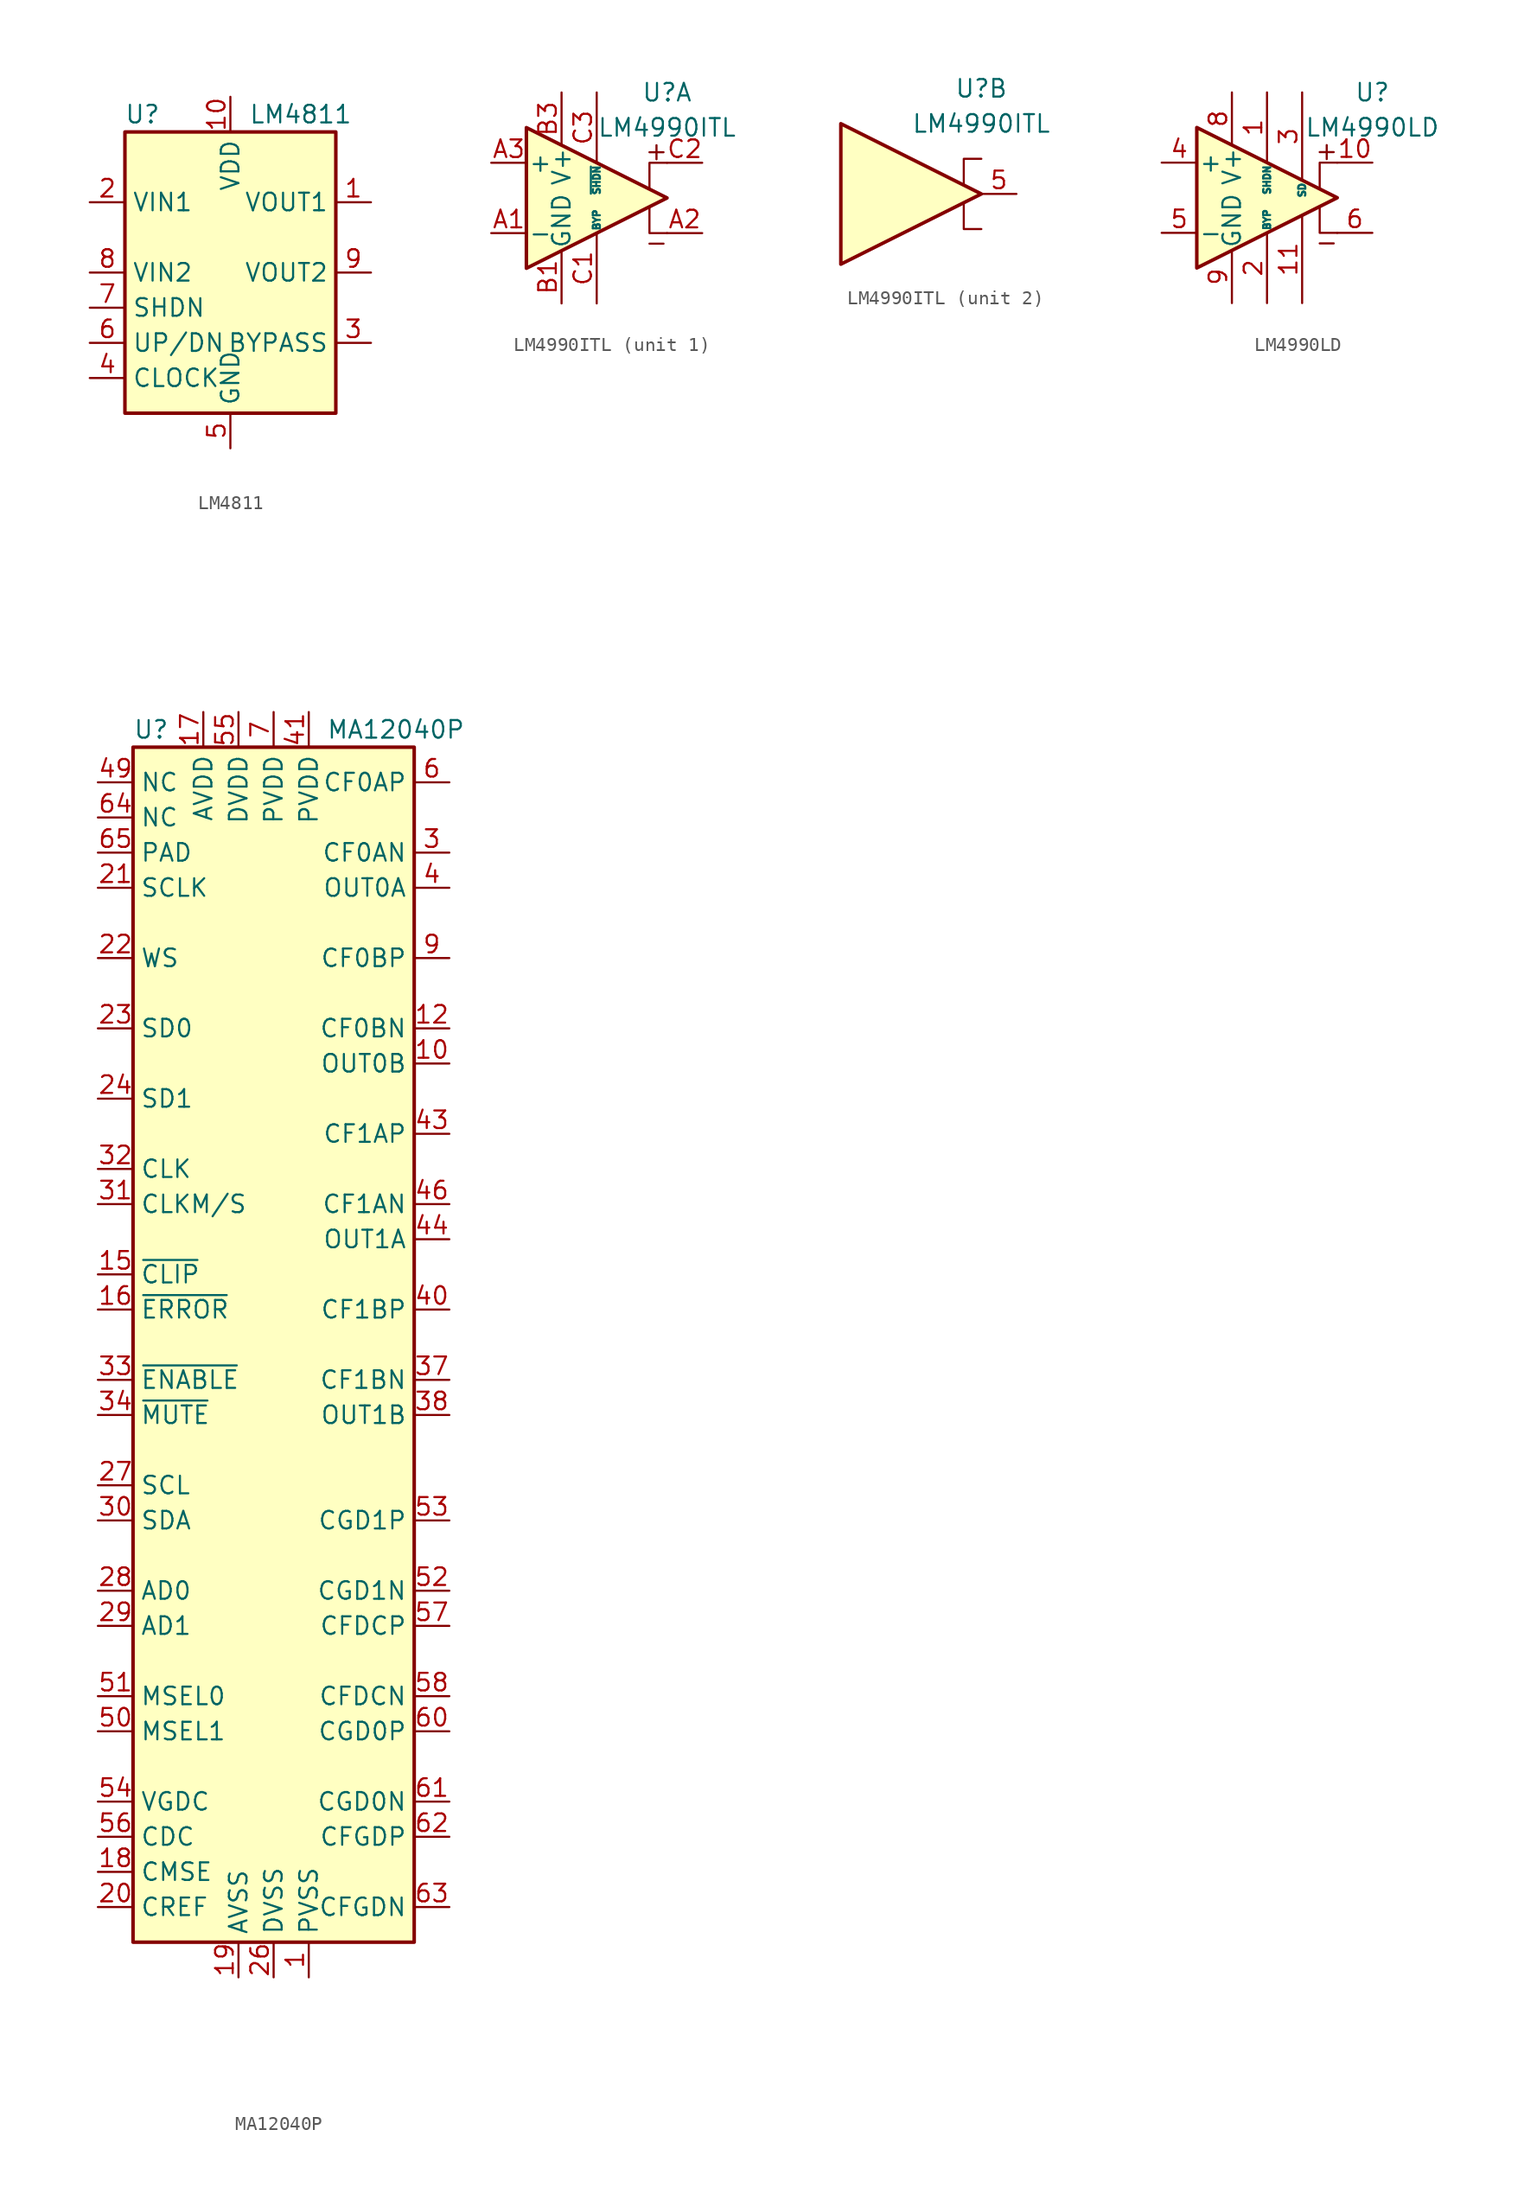
<source format=kicad_sym>
(kicad_symbol_lib
  (version 20211014)
  (generator kicad_symbol_editor)
  (symbol "LM4811"
    (property "Reference" "U"
      (at -6.35 11.43 0)
      (effects (font (size 1.27 1.27))))
    (property "Value" "LM4811"
      (at 5.08 11.43 0)
      (effects (font (size 1.27 1.27))))
    (symbol "LM4811_0_1"
      (rectangle (start -7.62 10.16) (end 7.62 -10.16) (stroke (width 0.254) (type default) (color 0 0 0 0)) (fill (type background))))
    (symbol "LM4811_1_1"
      (pin output line (at 10.16 5.08 180) (length 2.54) (name "VOUT1" (effects (font (size 1.27 1.27)))) (number "1" (effects (font (size 1.27 1.27)))))
      (pin power_in line (at 0 12.7 270) (length 2.54) (name "VDD" (effects (font (size 1.27 1.27)))) (number "10" (effects (font (size 1.27 1.27)))))
      (pin input line (at -10.16 5.08 0) (length 2.54) (name "VIN1" (effects (font (size 1.27 1.27)))) (number "2" (effects (font (size 1.27 1.27)))))
      (pin passive line (at 10.16 -5.08 180) (length 2.54) (name "BYPASS" (effects (font (size 1.27 1.27)))) (number "3" (effects (font (size 1.27 1.27)))))
      (pin input line (at -10.16 -7.62 0) (length 2.54) (name "CLOCK" (effects (font (size 1.27 1.27)))) (number "4" (effects (font (size 1.27 1.27)))))
      (pin power_in line (at 0 -12.7 90) (length 2.54) (name "GND" (effects (font (size 1.27 1.27)))) (number "5" (effects (font (size 1.27 1.27)))))
      (pin input line (at -10.16 -5.08 0) (length 2.54) (name "UP/DN" (effects (font (size 1.27 1.27)))) (number "6" (effects (font (size 1.27 1.27)))))
      (pin input line (at -10.16 -2.54 0) (length 2.54) (name "SHDN" (effects (font (size 1.27 1.27)))) (number "7" (effects (font (size 1.27 1.27)))))
      (pin input line (at -10.16 0 0) (length 2.54) (name "VIN2" (effects (font (size 1.27 1.27)))) (number "8" (effects (font (size 1.27 1.27)))))
      (pin output line (at 10.16 0 180) (length 2.54) (name "VOUT2" (effects (font (size 1.27 1.27)))) (number "9" (effects (font (size 1.27 1.27)))))))
  (symbol "LM4990ITL"
    (pin_names
      (offset 0.127))
    (property "Reference" "U"
      (at 5.08 7.62 0)
      (effects (font (size 1.27 1.27))))
    (property "Value" "LM4990ITL"
      (at 5.08 5.08 0)
      (effects (font (size 1.27 1.27))))
    (symbol "LM4990ITL_0_1"
      (polyline (pts (xy 3.81 -0.635) (xy 3.81 -2.54) (xy 5.08 -2.54)) (stroke (width 0) (type default) (color 0 0 0 0)) (fill (type none)))
      (polyline (pts (xy 5.08 2.54) (xy 3.81 2.54) (xy 3.81 0.635)) (stroke (width 0) (type default) (color 0 0 0 0)) (fill (type none)))
      (polyline (pts (xy -5.08 5.08) (xy 5.08 0) (xy -5.08 -5.08) (xy -5.08 5.08)) (stroke (width 0.254) (type default) (color 0 0 0 0)) (fill (type background))))
    (symbol "LM4990ITL_1_1"
      (polyline (pts (xy 3.81 -3.302) (xy 4.826 -3.302)) (stroke (width 0) (type default) (color 0 0 0 0)) (fill (type none)))
      (polyline (pts (xy 4.318 3.81) (xy 4.318 2.794)) (stroke (width 0) (type default) (color 0 0 0 0)) (fill (type none)))
      (polyline (pts (xy 4.826 3.302) (xy 3.81 3.302)) (stroke (width 0) (type default) (color 0 0 0 0)) (fill (type none)))
      (pin input line (at -7.62 -2.54 0) (length 2.54) (name "-" (effects (font (size 1.27 1.27)))) (number "A1" (effects (font (size 1.27 1.27)))))
      (pin output line (at 7.62 -2.54 180) (length 2.54) (name "~" (effects (font (size 1.27 1.27)))) (number "A2" (effects (font (size 1.27 1.27)))))
      (pin input line (at -7.62 2.54 0) (length 2.54) (name "+" (effects (font (size 1.27 1.27)))) (number "A3" (effects (font (size 1.27 1.27)))))
      (pin power_in line (at -2.54 -7.62 90) (length 3.81) (name "GND" (effects (font (size 1.27 1.27)))) (number "B1" (effects (font (size 1.27 1.27)))))
      (pin passive line (at -2.54 -7.62 90) (length 3.81) hide (name "GND" (effects (font (size 1.27 1.27)))) (number "B2" (effects (font (size 1.27 1.27)))))
      (pin power_in line (at -2.54 7.62 270) (length 3.81) (name "V+" (effects (font (size 1.27 1.27)))) (number "B3" (effects (font (size 1.27 1.27)))))
      (pin input line (at 0 -7.62 90) (length 5.08) (name "BYP" (effects (font (size 0.508 0.508)))) (number "C1" (effects (font (size 1.27 1.27)))))
      (pin output line (at 7.62 2.54 180) (length 2.54) (name "~" (effects (font (size 1.27 1.27)))) (number "C2" (effects (font (size 1.27 1.27)))))
      (pin output line (at 0 7.62 270) (length 5.08) (name "~{SHDN}" (effects (font (size 0.508 0.508)))) (number "C3" (effects (font (size 1.27 1.27))))))
    (symbol "LM4990ITL_2_1"
      (pin output line (at 7.62 0 180) (length 2.54) (name "~" (effects (font (size 1.27 1.27)))) (number "5" (effects (font (size 1.27 1.27)))))))
  (symbol "LM4990LD"
    (pin_names
      (offset 0.127))
    (property "Reference" "U"
      (at 7.62 7.62 0)
      (effects (font (size 1.27 1.27))))
    (property "Value" "LM4990LD"
      (at 7.62 5.08 0)
      (effects (font (size 1.27 1.27))))
    (symbol "LM4990LD_0_1"
      (polyline (pts (xy 3.81 -0.635) (xy 3.81 -2.54) (xy 5.08 -2.54)) (stroke (width 0) (type default) (color 0 0 0 0)) (fill (type none)))
      (polyline (pts (xy 5.08 2.54) (xy 3.81 2.54) (xy 3.81 0.635)) (stroke (width 0) (type default) (color 0 0 0 0)) (fill (type none)))
      (polyline (pts (xy -5.08 5.08) (xy 5.08 0) (xy -5.08 -5.08) (xy -5.08 5.08)) (stroke (width 0.254) (type default) (color 0 0 0 0)) (fill (type background))))
    (symbol "LM4990LD_1_1"
      (polyline (pts (xy 3.81 -3.302) (xy 4.826 -3.302)) (stroke (width 0) (type default) (color 0 0 0 0)) (fill (type none)))
      (polyline (pts (xy 4.318 3.81) (xy 4.318 2.794)) (stroke (width 0) (type default) (color 0 0 0 0)) (fill (type none)))
      (polyline (pts (xy 4.826 3.302) (xy 3.81 3.302)) (stroke (width 0) (type default) (color 0 0 0 0)) (fill (type none)))
      (pin output line (at 0 7.62 270) (length 5.08) (name "SHDN" (effects (font (size 0.508 0.508)))) (number "1" (effects (font (size 1.27 1.27)))))
      (pin output line (at 7.62 2.54 180) (length 2.54) (name "~" (effects (font (size 1.27 1.27)))) (number "10" (effects (font (size 1.27 1.27)))))
      (pin power_in line (at 2.54 -7.62 90) (length 6.35) (name "~" (effects (font (size 1.27 1.27)))) (number "11" (effects (font (size 1.27 1.27)))))
      (pin input line (at 0 -7.62 90) (length 5.08) (name "BYP" (effects (font (size 0.508 0.508)))) (number "2" (effects (font (size 1.27 1.27)))))
      (pin input line (at 2.54 7.62 270) (length 6.35) (name "SD" (effects (font (size 0.508 0.508)))) (number "3" (effects (font (size 1.27 1.27)))))
      (pin input line (at -7.62 2.54 0) (length 2.54) (name "+" (effects (font (size 1.27 1.27)))) (number "4" (effects (font (size 1.27 1.27)))))
      (pin input line (at -7.62 -2.54 0) (length 2.54) (name "-" (effects (font (size 1.27 1.27)))) (number "5" (effects (font (size 1.27 1.27)))))
      (pin output line (at 7.62 -2.54 180) (length 2.54) (name "~" (effects (font (size 1.27 1.27)))) (number "6" (effects (font (size 1.27 1.27)))))
      (pin no_connect line (at 0 2.54 270) (length 2.54) hide (name "NC" (effects (font (size 1.27 1.27)))) (number "7" (effects (font (size 1.27 1.27)))))
      (pin power_in line (at -2.54 7.62 270) (length 3.81) (name "V+" (effects (font (size 1.27 1.27)))) (number "8" (effects (font (size 1.27 1.27)))))
      (pin power_in line (at -2.54 -7.62 90) (length 3.81) (name "GND" (effects (font (size 1.27 1.27)))) (number "9" (effects (font (size 1.27 1.27)))))))
  (symbol "MA12040P"
    (property "Reference" "U"
      (at -10.16 44.45 0)
      (effects (font (size 1.27 1.27)) (justify left)))
    (property "Value" "MA12040P"
      (at 3.81 44.45 0)
      (effects (font (size 1.27 1.27)) (justify left)))
    (symbol "MA12040P_0_0"
      (pin power_out line (at -12.7 35.56 0) (length 2.54) (name "PAD" (effects (font (size 1.27 1.27)))) (number "65" (effects (font (size 1.27 1.27))))))
    (symbol "MA12040P_0_1"
      (rectangle (start -10.16 -43.18) (end 10.16 43.18) (stroke (width 0.254) (type default) (color 0 0 0 0)) (fill (type background))))
    (symbol "MA12040P_1_1"
      (pin power_in line (at 2.54 -45.72 90) (length 2.54) (name "PVSS" (effects (font (size 1.27 1.27)))) (number "1" (effects (font (size 1.27 1.27)))))
      (pin output line (at 12.7 20.32 180) (length 2.54) (name "OUT0B" (effects (font (size 1.27 1.27)))) (number "10" (effects (font (size 1.27 1.27)))))
      (pin passive line (at 12.7 20.32 180) (length 2.54) hide (name "OUT0B" (effects (font (size 1.27 1.27)))) (number "11" (effects (font (size 1.27 1.27)))))
      (pin passive line (at 12.7 22.86 180) (length 2.54) (name "CF0BN" (effects (font (size 1.27 1.27)))) (number "12" (effects (font (size 1.27 1.27)))))
      (pin passive line (at 2.54 -45.72 90) (length 2.54) hide (name "PVSS" (effects (font (size 1.27 1.27)))) (number "13" (effects (font (size 1.27 1.27)))))
      (pin passive line (at 2.54 -45.72 90) (length 2.54) hide (name "PVSS" (effects (font (size 1.27 1.27)))) (number "14" (effects (font (size 1.27 1.27)))))
      (pin output line (at -12.7 5.08 0) (length 2.54) (name "~{CLIP}" (effects (font (size 1.27 1.27)))) (number "15" (effects (font (size 1.27 1.27)))))
      (pin output line (at -12.7 2.54 0) (length 2.54) (name "~{ERROR}" (effects (font (size 1.27 1.27)))) (number "16" (effects (font (size 1.27 1.27)))))
      (pin power_in line (at -5.08 45.72 270) (length 2.54) (name "AVDD" (effects (font (size 1.27 1.27)))) (number "17" (effects (font (size 1.27 1.27)))))
      (pin passive line (at -12.7 -38.1 0) (length 2.54) (name "CMSE" (effects (font (size 1.27 1.27)))) (number "18" (effects (font (size 1.27 1.27)))))
      (pin power_in line (at -2.54 -45.72 90) (length 2.54) (name "AVSS" (effects (font (size 1.27 1.27)))) (number "19" (effects (font (size 1.27 1.27)))))
      (pin passive line (at 2.54 -45.72 90) (length 2.54) hide (name "PVSS" (effects (font (size 1.27 1.27)))) (number "2" (effects (font (size 1.27 1.27)))))
      (pin passive line (at -12.7 -40.64 0) (length 2.54) (name "CREF" (effects (font (size 1.27 1.27)))) (number "20" (effects (font (size 1.27 1.27)))))
      (pin input line (at -12.7 33.02 0) (length 2.54) (name "SCLK" (effects (font (size 1.27 1.27)))) (number "21" (effects (font (size 1.27 1.27)))))
      (pin input line (at -12.7 27.94 0) (length 2.54) (name "WS" (effects (font (size 1.27 1.27)))) (number "22" (effects (font (size 1.27 1.27)))))
      (pin input line (at -12.7 22.86 0) (length 2.54) (name "SD0" (effects (font (size 1.27 1.27)))) (number "23" (effects (font (size 1.27 1.27)))))
      (pin input line (at -12.7 17.78 0) (length 2.54) (name "SD1" (effects (font (size 1.27 1.27)))) (number "24" (effects (font (size 1.27 1.27)))))
      (pin passive line (at -2.54 -45.72 90) (length 2.54) hide (name "AVSS" (effects (font (size 1.27 1.27)))) (number "25" (effects (font (size 1.27 1.27)))))
      (pin power_in line (at 0 -45.72 90) (length 2.54) (name "DVSS" (effects (font (size 1.27 1.27)))) (number "26" (effects (font (size 1.27 1.27)))))
      (pin input line (at -12.7 -10.16 0) (length 2.54) (name "SCL" (effects (font (size 1.27 1.27)))) (number "27" (effects (font (size 1.27 1.27)))))
      (pin input line (at -12.7 -17.78 0) (length 2.54) (name "AD0" (effects (font (size 1.27 1.27)))) (number "28" (effects (font (size 1.27 1.27)))))
      (pin input line (at -12.7 -20.32 0) (length 2.54) (name "AD1" (effects (font (size 1.27 1.27)))) (number "29" (effects (font (size 1.27 1.27)))))
      (pin passive line (at 12.7 35.56 180) (length 2.54) (name "CF0AN" (effects (font (size 1.27 1.27)))) (number "3" (effects (font (size 1.27 1.27)))))
      (pin bidirectional line (at -12.7 -12.7 0) (length 2.54) (name "SDA" (effects (font (size 1.27 1.27)))) (number "30" (effects (font (size 1.27 1.27)))))
      (pin input line (at -12.7 10.16 0) (length 2.54) (name "CLKM/S" (effects (font (size 1.27 1.27)))) (number "31" (effects (font (size 1.27 1.27)))))
      (pin input line (at -12.7 12.7 0) (length 2.54) (name "CLK" (effects (font (size 1.27 1.27)))) (number "32" (effects (font (size 1.27 1.27)))))
      (pin input line (at -12.7 -2.54 0) (length 2.54) (name "~{ENABLE}" (effects (font (size 1.27 1.27)))) (number "33" (effects (font (size 1.27 1.27)))))
      (pin input line (at -12.7 -5.08 0) (length 2.54) (name "~{MUTE}" (effects (font (size 1.27 1.27)))) (number "34" (effects (font (size 1.27 1.27)))))
      (pin passive line (at 2.54 -45.72 90) (length 2.54) hide (name "PVSS" (effects (font (size 1.27 1.27)))) (number "35" (effects (font (size 1.27 1.27)))))
      (pin passive line (at 2.54 -45.72 90) (length 2.54) hide (name "PVSS" (effects (font (size 1.27 1.27)))) (number "36" (effects (font (size 1.27 1.27)))))
      (pin passive line (at 12.7 -2.54 180) (length 2.54) (name "CF1BN" (effects (font (size 1.27 1.27)))) (number "37" (effects (font (size 1.27 1.27)))))
      (pin output line (at 12.7 -5.08 180) (length 2.54) (name "OUT1B" (effects (font (size 1.27 1.27)))) (number "38" (effects (font (size 1.27 1.27)))))
      (pin passive line (at 12.7 -5.08 180) (length 2.54) hide (name "OUT1B" (effects (font (size 1.27 1.27)))) (number "39" (effects (font (size 1.27 1.27)))))
      (pin output line (at 12.7 33.02 180) (length 2.54) (name "OUT0A" (effects (font (size 1.27 1.27)))) (number "4" (effects (font (size 1.27 1.27)))))
      (pin passive line (at 12.7 2.54 180) (length 2.54) (name "CF1BP" (effects (font (size 1.27 1.27)))) (number "40" (effects (font (size 1.27 1.27)))))
      (pin power_in line (at 2.54 45.72 270) (length 2.54) (name "PVDD" (effects (font (size 1.27 1.27)))) (number "41" (effects (font (size 1.27 1.27)))))
      (pin passive line (at 2.54 45.72 270) (length 2.54) hide (name "PVDD" (effects (font (size 1.27 1.27)))) (number "42" (effects (font (size 1.27 1.27)))))
      (pin passive line (at 12.7 15.24 180) (length 2.54) (name "CF1AP" (effects (font (size 1.27 1.27)))) (number "43" (effects (font (size 1.27 1.27)))))
      (pin output line (at 12.7 7.62 180) (length 2.54) (name "OUT1A" (effects (font (size 1.27 1.27)))) (number "44" (effects (font (size 1.27 1.27)))))
      (pin passive line (at 12.7 7.62 180) (length 2.54) hide (name "OUT1A" (effects (font (size 1.27 1.27)))) (number "45" (effects (font (size 1.27 1.27)))))
      (pin passive line (at 12.7 10.16 180) (length 2.54) (name "CF1AN" (effects (font (size 1.27 1.27)))) (number "46" (effects (font (size 1.27 1.27)))))
      (pin passive line (at 2.54 -45.72 90) (length 2.54) hide (name "PVSS" (effects (font (size 1.27 1.27)))) (number "47" (effects (font (size 1.27 1.27)))))
      (pin passive line (at 2.54 -45.72 90) (length 2.54) hide (name "PVSS" (effects (font (size 1.27 1.27)))) (number "48" (effects (font (size 1.27 1.27)))))
      (pin passive line (at -12.7 40.64 0) (length 2.54) (name "NC" (effects (font (size 1.27 1.27)))) (number "49" (effects (font (size 1.27 1.27)))))
      (pin passive line (at 12.7 33.02 180) (length 2.54) hide (name "OUT0A" (effects (font (size 1.27 1.27)))) (number "5" (effects (font (size 1.27 1.27)))))
      (pin input line (at -12.7 -27.94 0) (length 2.54) (name "MSEL1" (effects (font (size 1.27 1.27)))) (number "50" (effects (font (size 1.27 1.27)))))
      (pin input line (at -12.7 -25.4 0) (length 2.54) (name "MSEL0" (effects (font (size 1.27 1.27)))) (number "51" (effects (font (size 1.27 1.27)))))
      (pin passive line (at 12.7 -17.78 180) (length 2.54) (name "CGD1N" (effects (font (size 1.27 1.27)))) (number "52" (effects (font (size 1.27 1.27)))))
      (pin passive line (at 12.7 -12.7 180) (length 2.54) (name "CGD1P" (effects (font (size 1.27 1.27)))) (number "53" (effects (font (size 1.27 1.27)))))
      (pin passive line (at -12.7 -33.02 0) (length 2.54) (name "VGDC" (effects (font (size 1.27 1.27)))) (number "54" (effects (font (size 1.27 1.27)))))
      (pin power_in line (at -2.54 45.72 270) (length 2.54) (name "DVDD" (effects (font (size 1.27 1.27)))) (number "55" (effects (font (size 1.27 1.27)))))
      (pin passive line (at -12.7 -35.56 0) (length 2.54) (name "CDC" (effects (font (size 1.27 1.27)))) (number "56" (effects (font (size 1.27 1.27)))))
      (pin passive line (at 12.7 -20.32 180) (length 2.54) (name "CFDCP" (effects (font (size 1.27 1.27)))) (number "57" (effects (font (size 1.27 1.27)))))
      (pin passive line (at 12.7 -25.4 180) (length 2.54) (name "CFDCN" (effects (font (size 1.27 1.27)))) (number "58" (effects (font (size 1.27 1.27)))))
      (pin passive line (at 0 -45.72 90) (length 2.54) hide (name "DVSS" (effects (font (size 1.27 1.27)))) (number "59" (effects (font (size 1.27 1.27)))))
      (pin passive line (at 12.7 40.64 180) (length 2.54) (name "CF0AP" (effects (font (size 1.27 1.27)))) (number "6" (effects (font (size 1.27 1.27)))))
      (pin passive line (at 12.7 -27.94 180) (length 2.54) (name "CGD0P" (effects (font (size 1.27 1.27)))) (number "60" (effects (font (size 1.27 1.27)))))
      (pin passive line (at 12.7 -33.02 180) (length 2.54) (name "CGD0N" (effects (font (size 1.27 1.27)))) (number "61" (effects (font (size 1.27 1.27)))))
      (pin passive line (at 12.7 -35.56 180) (length 2.54) (name "CFGDP" (effects (font (size 1.27 1.27)))) (number "62" (effects (font (size 1.27 1.27)))))
      (pin passive line (at 12.7 -40.64 180) (length 2.54) (name "CFGDN" (effects (font (size 1.27 1.27)))) (number "63" (effects (font (size 1.27 1.27)))))
      (pin passive line (at -12.7 38.1 0) (length 2.54) (name "NC" (effects (font (size 1.27 1.27)))) (number "64" (effects (font (size 1.27 1.27)))))
      (pin power_in line (at 0 45.72 270) (length 2.54) (name "PVDD" (effects (font (size 1.27 1.27)))) (number "7" (effects (font (size 1.27 1.27)))))
      (pin passive line (at 0 45.72 270) (length 2.54) hide (name "PVDD" (effects (font (size 1.27 1.27)))) (number "8" (effects (font (size 1.27 1.27)))))
      (pin passive line (at 12.7 27.94 180) (length 2.54) (name "CF0BP" (effects (font (size 1.27 1.27)))) (number "9" (effects (font (size 1.27 1.27))))))))
</source>
